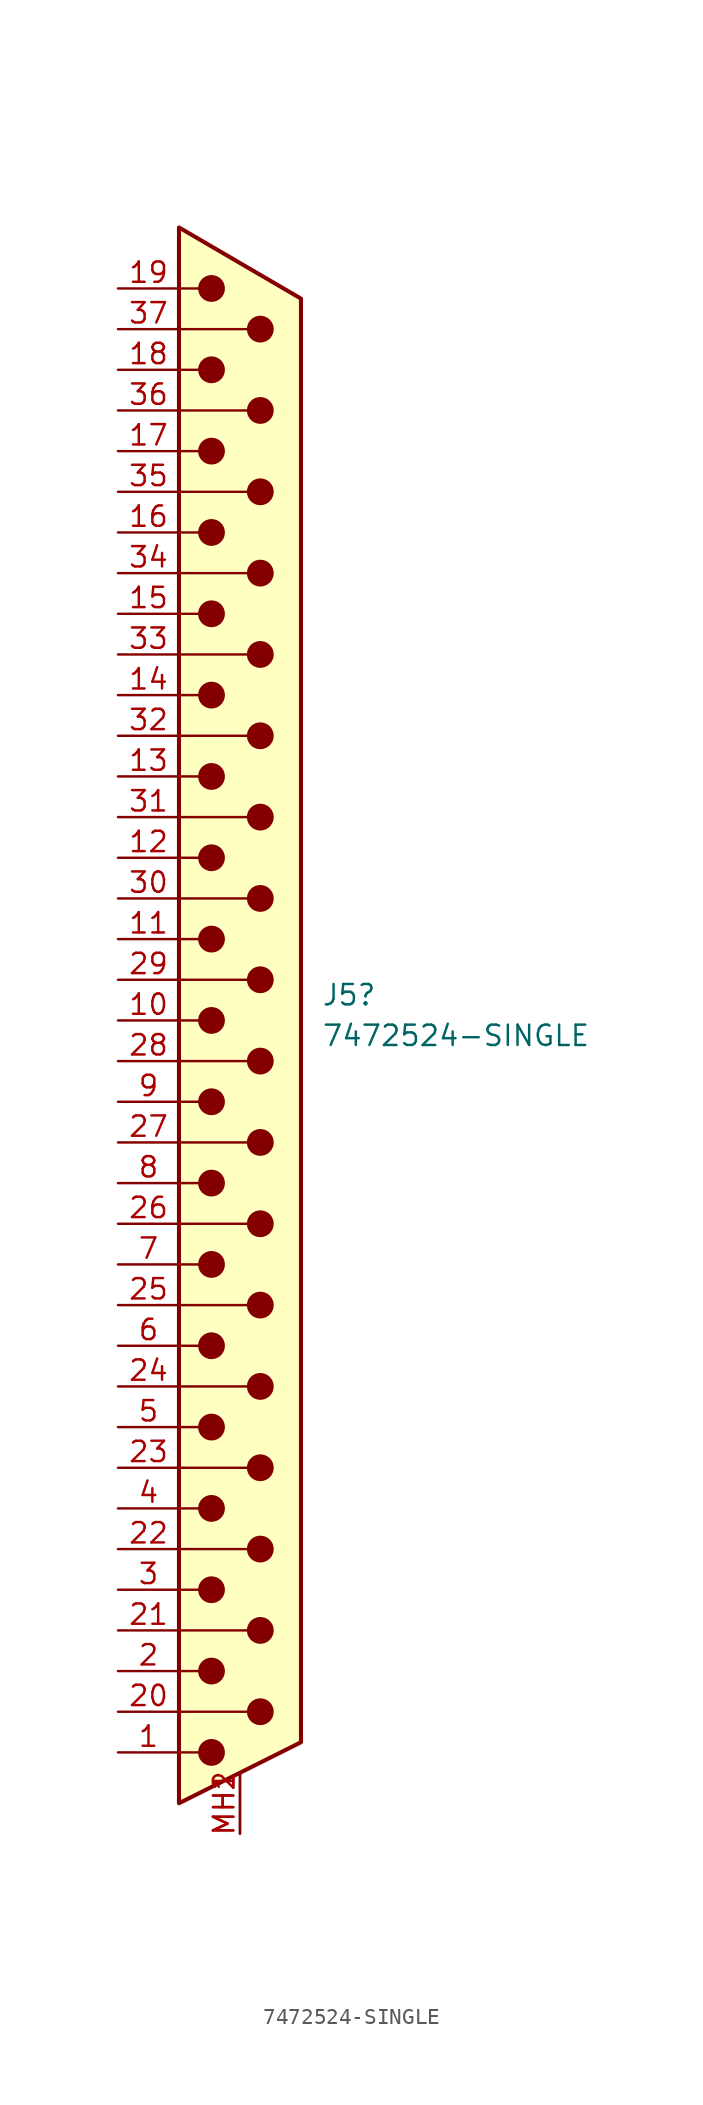
<source format=kicad_sym>
(kicad_symbol_lib
  (version 20231120)
  (generator "kicad_symbol_editor")
  (generator_version "8.0")
  (symbol "7472524-SINGLE"
    (pin_names
      (offset 1.016) hide)
    (property "Reference" "J5"
      (at 5.08 1.588 0)
      (effects (font (size 1.27 1.27)) (justify left)))
    (property "Value" "7472524-SINGLE"
      (at 5.08 -0.952 0)
      (effects (font (size 1.27 1.27)) (justify left)))
    (symbol "7472524-SINGLE_0_1"
      (circle (center -1.778 -45.72) (radius 0.762) (stroke (width 0) (type default)) (fill (type outline)))
      (circle (center -1.778 -40.64) (radius 0.762) (stroke (width 0) (type default)) (fill (type outline)))
      (circle (center -1.778 -35.56) (radius 0.762) (stroke (width 0) (type default)) (fill (type outline)))
      (circle (center -1.778 -30.48) (radius 0.762) (stroke (width 0) (type default)) (fill (type outline)))
      (circle (center -1.778 -25.4) (radius 0.762) (stroke (width 0) (type default)) (fill (type outline)))
      (circle (center -1.778 -20.32) (radius 0.762) (stroke (width 0) (type default)) (fill (type outline)))
      (circle (center -1.778 -15.24) (radius 0.762) (stroke (width 0) (type default)) (fill (type outline)))
      (circle (center -1.778 -10.16) (radius 0.762) (stroke (width 0) (type default)) (fill (type outline)))
      (circle (center -1.778 -5.08) (radius 0.762) (stroke (width 0) (type default)) (fill (type outline)))
      (circle (center -1.778 0) (radius 0.762) (stroke (width 0) (type default)) (fill (type outline)))
      (circle (center -1.778 5.08) (radius 0.762) (stroke (width 0) (type default)) (fill (type outline)))
      (circle (center -1.778 10.16) (radius 0.762) (stroke (width 0) (type default)) (fill (type outline)))
      (circle (center -1.778 15.24) (radius 0.762) (stroke (width 0) (type default)) (fill (type outline)))
      (circle (center -1.778 20.32) (radius 0.762) (stroke (width 0) (type default)) (fill (type outline)))
      (circle (center -1.778 25.4) (radius 0.762) (stroke (width 0) (type default)) (fill (type outline)))
      (circle (center -1.778 30.48) (radius 0.762) (stroke (width 0) (type default)) (fill (type outline)))
      (circle (center -1.778 35.56) (radius 0.762) (stroke (width 0) (type default)) (fill (type outline)))
      (circle (center -1.778 40.64) (radius 0.762) (stroke (width 0) (type default)) (fill (type outline)))
      (circle (center -1.778 45.72) (radius 0.762) (stroke (width 0) (type default)) (fill (type outline)))
      (polyline (pts (xy -3.81 -45.72) (xy -2.54 -45.72)) (stroke (width 0) (type default)) (fill (type none)))
      (polyline (pts (xy -3.81 -43.18) (xy 0.508 -43.18)) (stroke (width 0) (type default)) (fill (type none)))
      (polyline (pts (xy -3.81 -40.64) (xy -2.54 -40.64)) (stroke (width 0) (type default)) (fill (type none)))
      (polyline (pts (xy -3.81 -38.1) (xy 0.508 -38.1)) (stroke (width 0) (type default)) (fill (type none)))
      (polyline (pts (xy -3.81 -35.56) (xy -2.54 -35.56)) (stroke (width 0) (type default)) (fill (type none)))
      (polyline (pts (xy -3.81 -33.02) (xy 0.508 -33.02)) (stroke (width 0) (type default)) (fill (type none)))
      (polyline (pts (xy -3.81 -30.48) (xy -2.54 -30.48)) (stroke (width 0) (type default)) (fill (type none)))
      (polyline (pts (xy -3.81 -27.94) (xy 0.508 -27.94)) (stroke (width 0) (type default)) (fill (type none)))
      (polyline (pts (xy -3.81 -25.4) (xy -2.54 -25.4)) (stroke (width 0) (type default)) (fill (type none)))
      (polyline (pts (xy -3.81 -22.86) (xy 0.508 -22.86)) (stroke (width 0) (type default)) (fill (type none)))
      (polyline (pts (xy -3.81 -20.32) (xy -2.54 -20.32)) (stroke (width 0) (type default)) (fill (type none)))
      (polyline (pts (xy -3.81 -17.78) (xy 0.508 -17.78)) (stroke (width 0) (type default)) (fill (type none)))
      (polyline (pts (xy -3.81 -15.24) (xy -2.54 -15.24)) (stroke (width 0) (type default)) (fill (type none)))
      (polyline (pts (xy -3.81 -12.7) (xy 0.508 -12.7)) (stroke (width 0) (type default)) (fill (type none)))
      (polyline (pts (xy -3.81 -10.16) (xy -2.54 -10.16)) (stroke (width 0) (type default)) (fill (type none)))
      (polyline (pts (xy -3.81 -7.62) (xy 0.508 -7.62)) (stroke (width 0) (type default)) (fill (type none)))
      (polyline (pts (xy -3.81 -5.08) (xy -2.54 -5.08)) (stroke (width 0) (type default)) (fill (type none)))
      (polyline (pts (xy -3.81 -2.54) (xy 0.508 -2.54)) (stroke (width 0) (type default)) (fill (type none)))
      (polyline (pts (xy -3.81 0) (xy -2.54 0)) (stroke (width 0) (type default)) (fill (type none)))
      (polyline (pts (xy -3.81 2.54) (xy 0.508 2.54)) (stroke (width 0) (type default)) (fill (type none)))
      (polyline (pts (xy -3.81 5.08) (xy -2.54 5.08)) (stroke (width 0) (type default)) (fill (type none)))
      (polyline (pts (xy -3.81 7.62) (xy 0.508 7.62)) (stroke (width 0) (type default)) (fill (type none)))
      (polyline (pts (xy -3.81 10.16) (xy -2.54 10.16)) (stroke (width 0) (type default)) (fill (type none)))
      (polyline (pts (xy -3.81 12.7) (xy 0.508 12.7)) (stroke (width 0) (type default)) (fill (type none)))
      (polyline (pts (xy -3.81 15.24) (xy -2.54 15.24)) (stroke (width 0) (type default)) (fill (type none)))
      (polyline (pts (xy -3.81 17.78) (xy 0.508 17.78)) (stroke (width 0) (type default)) (fill (type none)))
      (polyline (pts (xy -3.81 20.32) (xy -2.54 20.32)) (stroke (width 0) (type default)) (fill (type none)))
      (polyline (pts (xy -3.81 22.86) (xy 0.508 22.86)) (stroke (width 0) (type default)) (fill (type none)))
      (polyline (pts (xy -3.81 25.4) (xy -2.54 25.4)) (stroke (width 0) (type default)) (fill (type none)))
      (polyline (pts (xy -3.81 27.94) (xy 0.508 27.94)) (stroke (width 0) (type default)) (fill (type none)))
      (polyline (pts (xy -3.81 30.48) (xy -2.54 30.48)) (stroke (width 0) (type default)) (fill (type none)))
      (polyline (pts (xy -3.81 33.02) (xy 0.508 33.02)) (stroke (width 0) (type default)) (fill (type none)))
      (polyline (pts (xy -3.81 35.56) (xy -2.54 35.56)) (stroke (width 0) (type default)) (fill (type none)))
      (polyline (pts (xy -3.81 38.1) (xy 0.508 38.1)) (stroke (width 0) (type default)) (fill (type none)))
      (polyline (pts (xy -3.81 40.64) (xy -2.54 40.64)) (stroke (width 0) (type default)) (fill (type none)))
      (polyline (pts (xy -3.81 43.18) (xy 0.508 43.18)) (stroke (width 0) (type default)) (fill (type none)))
      (polyline (pts (xy -3.81 45.72) (xy -2.54 45.72)) (stroke (width 0) (type default)) (fill (type none)))
      (polyline (pts (xy -3.81 49.53) (xy 3.81 45.085) (xy 3.81 -45.085) (xy -3.81 -48.895) (xy -3.81 49.53)) (stroke (width 0.254) (type default)) (fill (type background)))
      (circle (center 1.27 -43.18) (radius 0.762) (stroke (width 0) (type default)) (fill (type outline)))
      (circle (center 1.27 -38.1) (radius 0.762) (stroke (width 0) (type default)) (fill (type outline)))
      (circle (center 1.27 -33.02) (radius 0.762) (stroke (width 0) (type default)) (fill (type outline)))
      (circle (center 1.27 -27.94) (radius 0.762) (stroke (width 0) (type default)) (fill (type outline)))
      (circle (center 1.27 -22.86) (radius 0.762) (stroke (width 0) (type default)) (fill (type outline)))
      (circle (center 1.27 -17.78) (radius 0.762) (stroke (width 0) (type default)) (fill (type outline)))
      (circle (center 1.27 -12.7) (radius 0.762) (stroke (width 0) (type default)) (fill (type outline)))
      (circle (center 1.27 -7.62) (radius 0.762) (stroke (width 0) (type default)) (fill (type outline)))
      (circle (center 1.27 -2.54) (radius 0.762) (stroke (width 0) (type default)) (fill (type outline)))
      (circle (center 1.27 2.54) (radius 0.762) (stroke (width 0) (type default)) (fill (type outline)))
      (circle (center 1.27 7.62) (radius 0.762) (stroke (width 0) (type default)) (fill (type outline)))
      (circle (center 1.27 12.7) (radius 0.762) (stroke (width 0) (type default)) (fill (type outline)))
      (circle (center 1.27 17.78) (radius 0.762) (stroke (width 0) (type default)) (fill (type outline)))
      (circle (center 1.27 22.86) (radius 0.762) (stroke (width 0) (type default)) (fill (type outline)))
      (circle (center 1.27 27.94) (radius 0.762) (stroke (width 0) (type default)) (fill (type outline)))
      (circle (center 1.27 33.02) (radius 0.762) (stroke (width 0) (type default)) (fill (type outline)))
      (circle (center 1.27 38.1) (radius 0.762) (stroke (width 0) (type default)) (fill (type outline)))
      (circle (center 1.27 43.18) (radius 0.762) (stroke (width 0) (type default)) (fill (type outline))))
    (symbol "7472524-SINGLE_1_1"
      (pin passive line (at -7.62 -45.72 0) (length 3.81) (name "1" (effects (font (size 1.27 1.27)))) (number "1" (effects (font (size 1.27 1.27)))))
      (pin passive line (at -7.62 0 0) (length 3.81) (name "10" (effects (font (size 1.27 1.27)))) (number "10" (effects (font (size 1.27 1.27)))))
      (pin passive line (at -7.62 5.08 0) (length 3.81) (name "11" (effects (font (size 1.27 1.27)))) (number "11" (effects (font (size 1.27 1.27)))))
      (pin passive line (at -7.62 10.16 0) (length 3.81) (name "12" (effects (font (size 1.27 1.27)))) (number "12" (effects (font (size 1.27 1.27)))))
      (pin passive line (at -7.62 15.24 0) (length 3.81) (name "13" (effects (font (size 1.27 1.27)))) (number "13" (effects (font (size 1.27 1.27)))))
      (pin passive line (at -7.62 20.32 0) (length 3.81) (name "14" (effects (font (size 1.27 1.27)))) (number "14" (effects (font (size 1.27 1.27)))))
      (pin passive line (at -7.62 25.4 0) (length 3.81) (name "15" (effects (font (size 1.27 1.27)))) (number "15" (effects (font (size 1.27 1.27)))))
      (pin passive line (at -7.62 30.48 0) (length 3.81) (name "16" (effects (font (size 1.27 1.27)))) (number "16" (effects (font (size 1.27 1.27)))))
      (pin passive line (at -7.62 35.56 0) (length 3.81) (name "17" (effects (font (size 1.27 1.27)))) (number "17" (effects (font (size 1.27 1.27)))))
      (pin passive line (at -7.62 40.64 0) (length 3.81) (name "18" (effects (font (size 1.27 1.27)))) (number "18" (effects (font (size 1.27 1.27)))))
      (pin passive line (at -7.62 45.72 0) (length 3.81) (name "19" (effects (font (size 1.27 1.27)))) (number "19" (effects (font (size 1.27 1.27)))))
      (pin passive line (at -7.62 -40.64 0) (length 3.81) (name "2" (effects (font (size 1.27 1.27)))) (number "2" (effects (font (size 1.27 1.27)))))
      (pin passive line (at -7.62 -43.18 0) (length 3.81) (name "20" (effects (font (size 1.27 1.27)))) (number "20" (effects (font (size 1.27 1.27)))))
      (pin passive line (at -7.62 -38.1 0) (length 3.81) (name "21" (effects (font (size 1.27 1.27)))) (number "21" (effects (font (size 1.27 1.27)))))
      (pin passive line (at -7.62 -33.02 0) (length 3.81) (name "22" (effects (font (size 1.27 1.27)))) (number "22" (effects (font (size 1.27 1.27)))))
      (pin passive line (at -7.62 -27.94 0) (length 3.81) (name "23" (effects (font (size 1.27 1.27)))) (number "23" (effects (font (size 1.27 1.27)))))
      (pin passive line (at -7.62 -22.86 0) (length 3.81) (name "24" (effects (font (size 1.27 1.27)))) (number "24" (effects (font (size 1.27 1.27)))))
      (pin passive line (at -7.62 -17.78 0) (length 3.81) (name "25" (effects (font (size 1.27 1.27)))) (number "25" (effects (font (size 1.27 1.27)))))
      (pin passive line (at -7.62 -12.7 0) (length 3.81) (name "26" (effects (font (size 1.27 1.27)))) (number "26" (effects (font (size 1.27 1.27)))))
      (pin passive line (at -7.62 -7.62 0) (length 3.81) (name "27" (effects (font (size 1.27 1.27)))) (number "27" (effects (font (size 1.27 1.27)))))
      (pin passive line (at -7.62 -2.54 0) (length 3.81) (name "28" (effects (font (size 1.27 1.27)))) (number "28" (effects (font (size 1.27 1.27)))))
      (pin passive line (at -7.62 2.54 0) (length 3.81) (name "29" (effects (font (size 1.27 1.27)))) (number "29" (effects (font (size 1.27 1.27)))))
      (pin passive line (at -7.62 -35.56 0) (length 3.81) (name "3" (effects (font (size 1.27 1.27)))) (number "3" (effects (font (size 1.27 1.27)))))
      (pin passive line (at -7.62 7.62 0) (length 3.81) (name "30" (effects (font (size 1.27 1.27)))) (number "30" (effects (font (size 1.27 1.27)))))
      (pin passive line (at -7.62 12.7 0) (length 3.81) (name "31" (effects (font (size 1.27 1.27)))) (number "31" (effects (font (size 1.27 1.27)))))
      (pin passive line (at -7.62 17.78 0) (length 3.81) (name "32" (effects (font (size 1.27 1.27)))) (number "32" (effects (font (size 1.27 1.27)))))
      (pin passive line (at -7.62 22.86 0) (length 3.81) (name "33" (effects (font (size 1.27 1.27)))) (number "33" (effects (font (size 1.27 1.27)))))
      (pin passive line (at -7.62 27.94 0) (length 3.81) (name "34" (effects (font (size 1.27 1.27)))) (number "34" (effects (font (size 1.27 1.27)))))
      (pin passive line (at -7.62 33.02 0) (length 3.81) (name "35" (effects (font (size 1.27 1.27)))) (number "35" (effects (font (size 1.27 1.27)))))
      (pin passive line (at -7.62 38.1 0) (length 3.81) (name "36" (effects (font (size 1.27 1.27)))) (number "36" (effects (font (size 1.27 1.27)))))
      (pin passive line (at -7.62 43.18 0) (length 3.81) (name "37" (effects (font (size 1.27 1.27)))) (number "37" (effects (font (size 1.27 1.27)))))
      (pin passive line (at -7.62 -30.48 0) (length 3.81) (name "4" (effects (font (size 1.27 1.27)))) (number "4" (effects (font (size 1.27 1.27)))))
      (pin passive line (at -7.62 -25.4 0) (length 3.81) (name "5" (effects (font (size 1.27 1.27)))) (number "5" (effects (font (size 1.27 1.27)))))
      (pin passive line (at -7.62 -20.32 0) (length 3.81) (name "6" (effects (font (size 1.27 1.27)))) (number "6" (effects (font (size 1.27 1.27)))))
      (pin passive line (at -7.62 -15.24 0) (length 3.81) (name "7" (effects (font (size 1.27 1.27)))) (number "7" (effects (font (size 1.27 1.27)))))
      (pin passive line (at -7.62 -10.16 0) (length 3.81) (name "8" (effects (font (size 1.27 1.27)))) (number "8" (effects (font (size 1.27 1.27)))))
      (pin passive line (at -7.62 -5.08 0) (length 3.81) (name "9" (effects (font (size 1.27 1.27)))) (number "9" (effects (font (size 1.27 1.27)))))
      (pin passive line (at 0 -50.8 90) (length 3.81) (name "PAD" (effects (font (size 1.27 1.27)))) (number "MH1" (effects (font (size 1.27 1.27)))))
      (pin passive line (at 0 -50.8 90) (length 3.81) (name "PAD" (effects (font (size 1.27 1.27)))) (number "MH2" (effects (font (size 1.27 1.27))))))))
</source>
